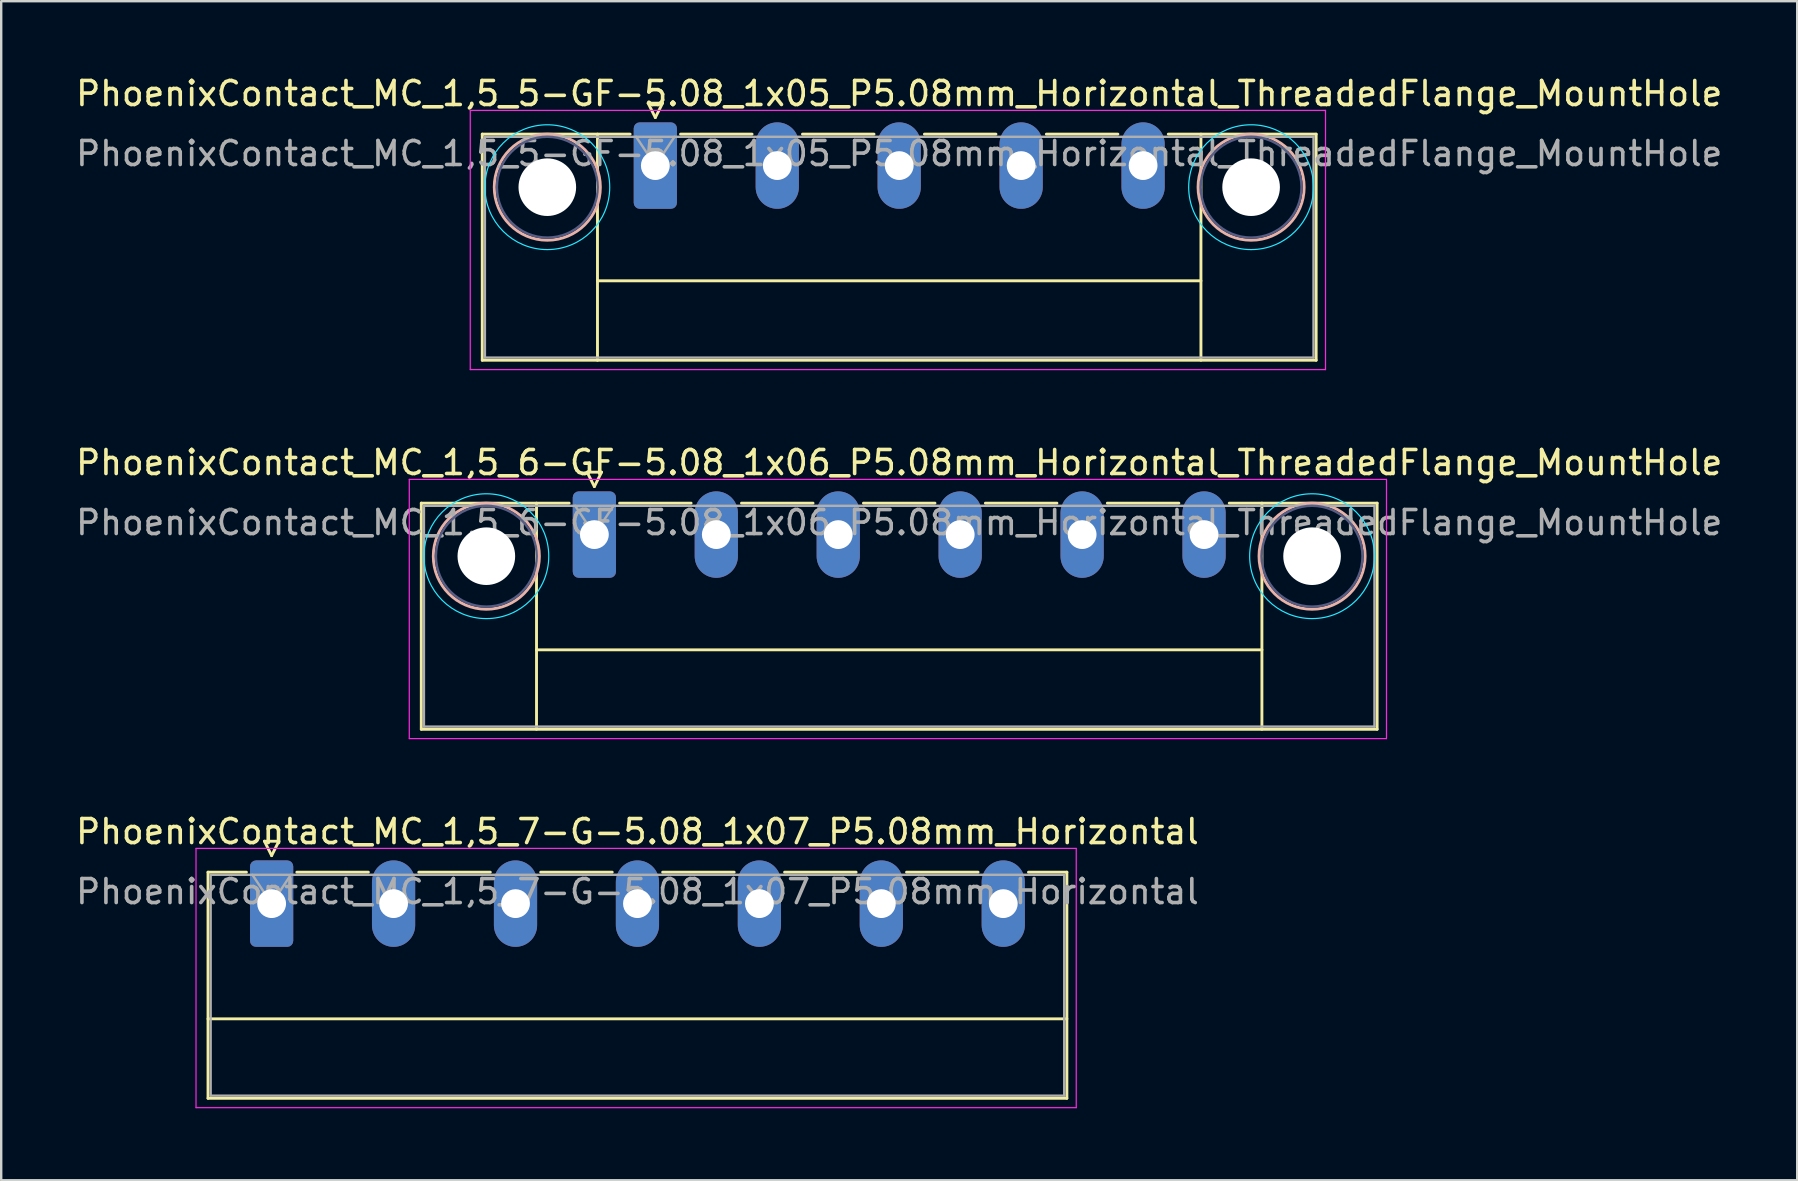
<source format=kicad_pcb>
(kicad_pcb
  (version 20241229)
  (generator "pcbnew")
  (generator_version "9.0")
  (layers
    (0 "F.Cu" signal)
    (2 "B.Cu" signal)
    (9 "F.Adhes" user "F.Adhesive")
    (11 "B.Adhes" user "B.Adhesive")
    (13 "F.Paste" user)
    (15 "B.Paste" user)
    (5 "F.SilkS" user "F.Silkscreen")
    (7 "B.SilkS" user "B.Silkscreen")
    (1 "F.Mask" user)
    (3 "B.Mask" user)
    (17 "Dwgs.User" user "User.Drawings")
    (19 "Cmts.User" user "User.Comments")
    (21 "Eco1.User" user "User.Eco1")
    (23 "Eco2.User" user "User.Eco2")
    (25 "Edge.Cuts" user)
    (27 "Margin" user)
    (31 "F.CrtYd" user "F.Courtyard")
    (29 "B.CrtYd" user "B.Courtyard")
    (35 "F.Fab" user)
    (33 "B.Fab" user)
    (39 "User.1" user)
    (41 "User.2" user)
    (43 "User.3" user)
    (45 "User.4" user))
  (footprint "PhoenixContact_MC_1,5_7-G-5.08_1x07_P5.08mm_Horizontal"
    (layer "F.Cu")
    (at 8.266 34.595)
    (property "Reference" "PhoenixContact_MC_1,5_7-G-5.08_1x07_P5.08mm_Horizontal" (at 15.24 -3 0) (layer "F.SilkS") (effects (font (size 1 1) (thickness 0.15))))
    (attr through_hole)
    (fp_line (start -2.65 -1.31) (end -2.65 8.11) (stroke (width 0.12) (type solid)) (layer "F.SilkS"))
    (fp_line (start -2.65 -1.31) (end -1.05 -1.31) (stroke (width 0.12) (type solid)) (layer "F.SilkS"))
    (fp_line (start -2.65 4.8) (end 33.13 4.8) (stroke (width 0.12) (type solid)) (layer "F.SilkS"))
    (fp_line (start -2.65 8.11) (end 33.13 8.11) (stroke (width 0.12) (type solid)) (layer "F.SilkS"))
    (fp_line (start -0.3 -2.6) (end 0.3 -2.6) (stroke (width 0.12) (type solid)) (layer "F.SilkS"))
    (fp_line (start 0 -2) (end -0.3 -2.6) (stroke (width 0.12) (type solid)) (layer "F.SilkS"))
    (fp_line (start 0.3 -2.6) (end 0 -2) (stroke (width 0.12) (type solid)) (layer "F.SilkS"))
    (fp_line (start 1.05 -1.31) (end 4.03 -1.31) (stroke (width 0.12) (type solid)) (layer "F.SilkS"))
    (fp_line (start 6.13 -1.31) (end 9.11 -1.31) (stroke (width 0.12) (type solid)) (layer "F.SilkS"))
    (fp_line (start 11.21 -1.31) (end 14.19 -1.31) (stroke (width 0.12) (type solid)) (layer "F.SilkS"))
    (fp_line (start 16.29 -1.31) (end 19.27 -1.31) (stroke (width 0.12) (type solid)) (layer "F.SilkS"))
    (fp_line (start 21.37 -1.31) (end 24.35 -1.31) (stroke (width 0.12) (type solid)) (layer "F.SilkS"))
    (fp_line (start 26.45 -1.31) (end 29.43 -1.31) (stroke (width 0.12) (type solid)) (layer "F.SilkS"))
    (fp_line (start 33.13 -1.31) (end 31.53 -1.31) (stroke (width 0.12) (type solid)) (layer "F.SilkS"))
    (fp_line (start 33.13 8.11) (end 33.13 -1.31) (stroke (width 0.12) (type solid)) (layer "F.SilkS"))
    (fp_line (start -3.15 -2.3) (end -3.15 8.5) (stroke (width 0.05) (type solid)) (layer "F.CrtYd"))
    (fp_line (start -3.15 8.5) (end 33.52 8.5) (stroke (width 0.05) (type solid)) (layer "F.CrtYd"))
    (fp_line (start 33.52 -2.3) (end -3.15 -2.3) (stroke (width 0.05) (type solid)) (layer "F.CrtYd"))
    (fp_line (start 33.52 8.5) (end 33.52 -2.3) (stroke (width 0.05) (type solid)) (layer "F.CrtYd"))
    (fp_line (start -2.54 -1.2) (end -2.54 8) (stroke (width 0.1) (type solid)) (layer "F.Fab"))
    (fp_line (start -2.54 8) (end 33.02 8) (stroke (width 0.1) (type solid)) (layer "F.Fab"))
    (fp_line (start 0 0) (end -0.8 -1.2) (stroke (width 0.1) (type solid)) (layer "F.Fab"))
    (fp_line (start 0.8 -1.2) (end 0 0) (stroke (width 0.1) (type solid)) (layer "F.Fab"))
    (fp_line (start 33.02 -1.2) (end -2.54 -1.2) (stroke (width 0.1) (type solid)) (layer "F.Fab"))
    (fp_line (start 33.02 8) (end 33.02 -1.2) (stroke (width 0.1) (type solid)) (layer "F.Fab"))
    (fp_text user "${REFERENCE}" (at 15.24 -0.5 0) (layer "F.Fab") (effects (font (size 1 1) (thickness 0.15))))
    (pad "1" thru_hole roundrect (at 0 0) (size 1.8 3.6) (drill 1.2) (layers "*.Cu" "*.Mask") (roundrect_rratio 0.139))
    (pad "2" thru_hole oval (at 5.08 0) (size 1.8 3.6) (drill 1.2) (layers "*.Cu" "*.Mask"))
    (pad "3" thru_hole oval (at 10.16 0) (size 1.8 3.6) (drill 1.2) (layers "*.Cu" "*.Mask"))
    (pad "4" thru_hole oval (at 15.24 0) (size 1.8 3.6) (drill 1.2) (layers "*.Cu" "*.Mask"))
    (pad "5" thru_hole oval (at 20.32 0) (size 1.8 3.6) (drill 1.2) (layers "*.Cu" "*.Mask"))
    (pad "6" thru_hole oval (at 25.4 0) (size 1.8 3.6) (drill 1.2) (layers "*.Cu" "*.Mask"))
    (pad "7" thru_hole oval (at 30.48 0) (size 1.8 3.6) (drill 1.2) (layers "*.Cu" "*.Mask")))
  (footprint "PhoenixContact_MC_1,5_6-GF-5.08_1x06_P5.08mm_Horizontal_ThreadedFlange_MountHole"
    (layer "F.Cu")
    (at 21.711 19.221)
    (property "Reference" "PhoenixContact_MC_1,5_6-GF-5.08_1x06_P5.08mm_Horizontal_ThreadedFlange_MountHole" (at 12.7 -3 0) (layer "F.SilkS") (effects (font (size 1 1) (thickness 0.15))))
    (attr through_hole)
    (fp_line (start -7.21 -1.31) (end -7.21 8.11) (stroke (width 0.12) (type solid)) (layer "F.SilkS"))
    (fp_line (start -7.21 -1.31) (end -1.05 -1.31) (stroke (width 0.12) (type solid)) (layer "F.SilkS"))
    (fp_line (start -7.21 8.11) (end 32.61 8.11) (stroke (width 0.12) (type solid)) (layer "F.SilkS"))
    (fp_line (start -2.41 -1.31) (end -2.41 8.11) (stroke (width 0.12) (type solid)) (layer "F.SilkS"))
    (fp_line (start -2.41 4.8) (end 27.81 4.8) (stroke (width 0.12) (type solid)) (layer "F.SilkS"))
    (fp_line (start -0.3 -2.6) (end 0.3 -2.6) (stroke (width 0.12) (type solid)) (layer "F.SilkS"))
    (fp_line (start 0 -2) (end -0.3 -2.6) (stroke (width 0.12) (type solid)) (layer "F.SilkS"))
    (fp_line (start 0.3 -2.6) (end 0 -2) (stroke (width 0.12) (type solid)) (layer "F.SilkS"))
    (fp_line (start 1.05 -1.31) (end 4.03 -1.31) (stroke (width 0.12) (type solid)) (layer "F.SilkS"))
    (fp_line (start 6.13 -1.31) (end 9.11 -1.31) (stroke (width 0.12) (type solid)) (layer "F.SilkS"))
    (fp_line (start 11.21 -1.31) (end 14.19 -1.31) (stroke (width 0.12) (type solid)) (layer "F.SilkS"))
    (fp_line (start 16.29 -1.31) (end 19.27 -1.31) (stroke (width 0.12) (type solid)) (layer "F.SilkS"))
    (fp_line (start 21.37 -1.31) (end 24.35 -1.31) (stroke (width 0.12) (type solid)) (layer "F.SilkS"))
    (fp_line (start 27.81 -1.31) (end 27.81 8.11) (stroke (width 0.12) (type solid)) (layer "F.SilkS"))
    (fp_line (start 32.61 -1.31) (end 26.45 -1.31) (stroke (width 0.12) (type solid)) (layer "F.SilkS"))
    (fp_line (start 32.61 8.11) (end 32.61 -1.31) (stroke (width 0.12) (type solid)) (layer "F.SilkS"))
    (fp_circle (center -4.5 0.9) (end -2.29 0.9) (stroke (width 0.12) (type solid)) (fill no) (layer "B.SilkS"))
    (fp_circle (center 29.9 0.9) (end 32.11 0.9) (stroke (width 0.12) (type solid)) (fill no) (layer "B.SilkS"))
    (fp_circle (center -4.5 0.9) (end -1.9 0.9) (stroke (width 0.05) (type solid)) (fill no) (layer "B.CrtYd"))
    (fp_circle (center 29.9 0.9) (end 32.5 0.9) (stroke (width 0.05) (type solid)) (fill no) (layer "B.CrtYd"))
    (fp_line (start -7.71 -2.3) (end -7.71 8.5) (stroke (width 0.05) (type solid)) (layer "F.CrtYd"))
    (fp_line (start -7.71 8.5) (end 33 8.5) (stroke (width 0.05) (type solid)) (layer "F.CrtYd"))
    (fp_line (start 33 -2.3) (end -7.71 -2.3) (stroke (width 0.05) (type solid)) (layer "F.CrtYd"))
    (fp_line (start 33 8.5) (end 33 -2.3) (stroke (width 0.05) (type solid)) (layer "F.CrtYd"))
    (fp_circle (center -4.5 0.9) (end -2.4 0.9) (stroke (width 0.1) (type solid)) (fill no) (layer "B.Fab"))
    (fp_circle (center 29.9 0.9) (end 32 0.9) (stroke (width 0.1) (type solid)) (fill no) (layer "B.Fab"))
    (fp_line (start -7.1 -1.2) (end -7.1 8) (stroke (width 0.1) (type solid)) (layer "F.Fab"))
    (fp_line (start -7.1 8) (end 32.5 8) (stroke (width 0.1) (type solid)) (layer "F.Fab"))
    (fp_line (start 0 0) (end -0.8 -1.2) (stroke (width 0.1) (type solid)) (layer "F.Fab"))
    (fp_line (start 0.8 -1.2) (end 0 0) (stroke (width 0.1) (type solid)) (layer "F.Fab"))
    (fp_line (start 32.5 -1.2) (end -7.1 -1.2) (stroke (width 0.1) (type solid)) (layer "F.Fab"))
    (fp_line (start 32.5 8) (end 32.5 -1.2) (stroke (width 0.1) (type solid)) (layer "F.Fab"))
    (fp_text user "${REFERENCE}" (at 12.7 -0.5 0) (layer "F.Fab") (effects (font (size 1 1) (thickness 0.15))))
    (pad "" np_thru_hole circle (at -4.5 0.9) (size 2.4 2.4) (drill 2.4) (layers "*.Cu" "*.Mask"))
    (pad "" np_thru_hole circle (at 29.9 0.9) (size 2.4 2.4) (drill 2.4) (layers "*.Cu" "*.Mask"))
    (pad "1" thru_hole roundrect (at 0 0) (size 1.8 3.6) (drill 1.2) (layers "*.Cu" "*.Mask") (roundrect_rratio 0.139))
    (pad "2" thru_hole oval (at 5.08 0) (size 1.8 3.6) (drill 1.2) (layers "*.Cu" "*.Mask"))
    (pad "3" thru_hole oval (at 10.16 0) (size 1.8 3.6) (drill 1.2) (layers "*.Cu" "*.Mask"))
    (pad "4" thru_hole oval (at 15.24 0) (size 1.8 3.6) (drill 1.2) (layers "*.Cu" "*.Mask"))
    (pad "5" thru_hole oval (at 20.32 0) (size 1.8 3.6) (drill 1.2) (layers "*.Cu" "*.Mask"))
    (pad "6" thru_hole oval (at 25.4 0) (size 1.8 3.6) (drill 1.2) (layers "*.Cu" "*.Mask")))
  (footprint "PhoenixContact_MC_1,5_5-GF-5.08_1x05_P5.08mm_Horizontal_ThreadedFlange_MountHole"
    (layer "F.Cu")
    (at 24.251 3.848)
    (property "Reference" "PhoenixContact_MC_1,5_5-GF-5.08_1x05_P5.08mm_Horizontal_ThreadedFlange_MountHole" (at 10.16 -3 0) (layer "F.SilkS") (effects (font (size 1 1) (thickness 0.15))))
    (attr through_hole)
    (fp_line (start -7.21 -1.31) (end -7.21 8.11) (stroke (width 0.12) (type solid)) (layer "F.SilkS"))
    (fp_line (start -7.21 -1.31) (end -1.05 -1.31) (stroke (width 0.12) (type solid)) (layer "F.SilkS"))
    (fp_line (start -7.21 8.11) (end 27.53 8.11) (stroke (width 0.12) (type solid)) (layer "F.SilkS"))
    (fp_line (start -2.41 -1.31) (end -2.41 8.11) (stroke (width 0.12) (type solid)) (layer "F.SilkS"))
    (fp_line (start -2.41 4.8) (end 22.73 4.8) (stroke (width 0.12) (type solid)) (layer "F.SilkS"))
    (fp_line (start -0.3 -2.6) (end 0.3 -2.6) (stroke (width 0.12) (type solid)) (layer "F.SilkS"))
    (fp_line (start 0 -2) (end -0.3 -2.6) (stroke (width 0.12) (type solid)) (layer "F.SilkS"))
    (fp_line (start 0.3 -2.6) (end 0 -2) (stroke (width 0.12) (type solid)) (layer "F.SilkS"))
    (fp_line (start 1.05 -1.31) (end 4.03 -1.31) (stroke (width 0.12) (type solid)) (layer "F.SilkS"))
    (fp_line (start 6.13 -1.31) (end 9.11 -1.31) (stroke (width 0.12) (type solid)) (layer "F.SilkS"))
    (fp_line (start 11.21 -1.31) (end 14.19 -1.31) (stroke (width 0.12) (type solid)) (layer "F.SilkS"))
    (fp_line (start 16.29 -1.31) (end 19.27 -1.31) (stroke (width 0.12) (type solid)) (layer "F.SilkS"))
    (fp_line (start 22.73 -1.31) (end 22.73 8.11) (stroke (width 0.12) (type solid)) (layer "F.SilkS"))
    (fp_line (start 27.53 -1.31) (end 21.37 -1.31) (stroke (width 0.12) (type solid)) (layer "F.SilkS"))
    (fp_line (start 27.53 8.11) (end 27.53 -1.31) (stroke (width 0.12) (type solid)) (layer "F.SilkS"))
    (fp_circle (center -4.5 0.9) (end -2.29 0.9) (stroke (width 0.12) (type solid)) (fill no) (layer "B.SilkS"))
    (fp_circle (center 24.82 0.9) (end 27.03 0.9) (stroke (width 0.12) (type solid)) (fill no) (layer "B.SilkS"))
    (fp_circle (center -4.5 0.9) (end -1.9 0.9) (stroke (width 0.05) (type solid)) (fill no) (layer "B.CrtYd"))
    (fp_circle (center 24.82 0.9) (end 27.42 0.9) (stroke (width 0.05) (type solid)) (fill no) (layer "B.CrtYd"))
    (fp_line (start -7.71 -2.3) (end -7.71 8.5) (stroke (width 0.05) (type solid)) (layer "F.CrtYd"))
    (fp_line (start -7.71 8.5) (end 27.92 8.5) (stroke (width 0.05) (type solid)) (layer "F.CrtYd"))
    (fp_line (start 27.92 -2.3) (end -7.71 -2.3) (stroke (width 0.05) (type solid)) (layer "F.CrtYd"))
    (fp_line (start 27.92 8.5) (end 27.92 -2.3) (stroke (width 0.05) (type solid)) (layer "F.CrtYd"))
    (fp_circle (center -4.5 0.9) (end -2.4 0.9) (stroke (width 0.1) (type solid)) (fill no) (layer "B.Fab"))
    (fp_circle (center 24.82 0.9) (end 26.92 0.9) (stroke (width 0.1) (type solid)) (fill no) (layer "B.Fab"))
    (fp_line (start -7.1 -1.2) (end -7.1 8) (stroke (width 0.1) (type solid)) (layer "F.Fab"))
    (fp_line (start -7.1 8) (end 27.42 8) (stroke (width 0.1) (type solid)) (layer "F.Fab"))
    (fp_line (start 0 0) (end -0.8 -1.2) (stroke (width 0.1) (type solid)) (layer "F.Fab"))
    (fp_line (start 0.8 -1.2) (end 0 0) (stroke (width 0.1) (type solid)) (layer "F.Fab"))
    (fp_line (start 27.42 -1.2) (end -7.1 -1.2) (stroke (width 0.1) (type solid)) (layer "F.Fab"))
    (fp_line (start 27.42 8) (end 27.42 -1.2) (stroke (width 0.1) (type solid)) (layer "F.Fab"))
    (fp_text user "${REFERENCE}" (at 10.16 -0.5 0) (layer "F.Fab") (effects (font (size 1 1) (thickness 0.15))))
    (pad "" np_thru_hole circle (at -4.5 0.9) (size 2.4 2.4) (drill 2.4) (layers "*.Cu" "*.Mask"))
    (pad "" np_thru_hole circle (at 24.82 0.9) (size 2.4 2.4) (drill 2.4) (layers "*.Cu" "*.Mask"))
    (pad "1" thru_hole roundrect (at 0 0) (size 1.8 3.6) (drill 1.2) (layers "*.Cu" "*.Mask") (roundrect_rratio 0.139))
    (pad "2" thru_hole oval (at 5.08 0) (size 1.8 3.6) (drill 1.2) (layers "*.Cu" "*.Mask"))
    (pad "3" thru_hole oval (at 10.16 0) (size 1.8 3.6) (drill 1.2) (layers "*.Cu" "*.Mask"))
    (pad "4" thru_hole oval (at 15.24 0) (size 1.8 3.6) (drill 1.2) (layers "*.Cu" "*.Mask"))
    (pad "5" thru_hole oval (at 20.32 0) (size 1.8 3.6) (drill 1.2) (layers "*.Cu" "*.Mask")))
  (gr_rect
    (start -3 -3)
    (end 71.821 46.12)
    (stroke (width 0.1) (type default))
    (fill no)
    (layer "Edge.Cuts")))
</source>
